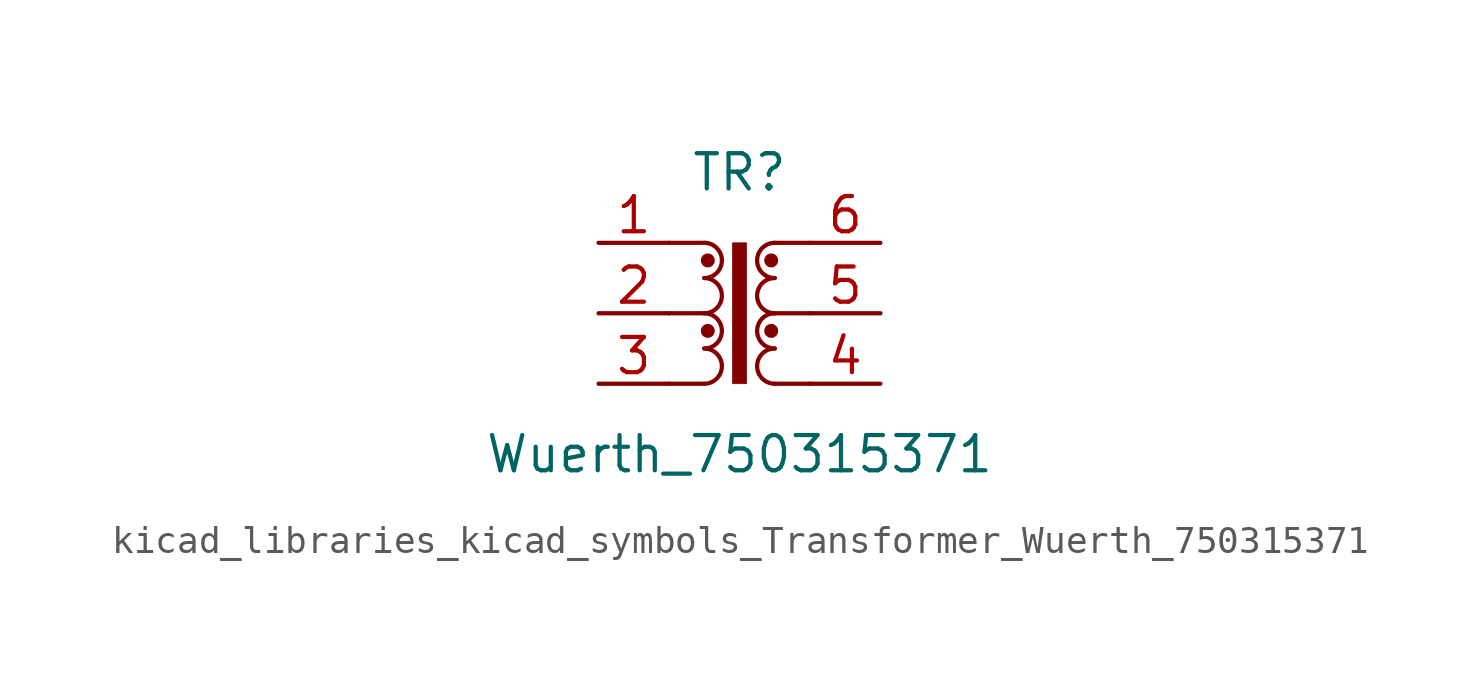
<source format=kicad_sym>
(kicad_symbol_lib
  (version 20220914)
  (generator kicad_symbol_editor)
  (symbol "kicad_libraries_kicad_symbols_Transformer_Wuerth_750315371"
    (property "Reference" "TR"
      (at 0 5.08 0)
      (effects (font (size 1.27 1.27))))
    (property "Value" "Wuerth_750315371"
      (at 0 -5.08 0)
      (effects (font (size 1.27 1.27))))
    (symbol "kicad_libraries_kicad_symbols_Transformer_Wuerth_750315371_0_1"
      (arc (start -1.27 -2.54) (mid -0.6377 -1.905) (end -1.27 -1.27) (stroke (width 0) (type default)) (fill (type none)))
      (arc (start -1.27 -1.27) (mid -0.6377 -0.635) (end -1.27 0) (stroke (width 0) (type default)) (fill (type none)))
      (rectangle (start -0.254 2.54) (end 0.254 -2.54) (stroke (width 0.025) (type default)) (fill (type outline)))
      (polyline (pts (xy -2.54 -2.54) (xy -1.27 -2.54)) (stroke (width 0) (type default)) (fill (type none)))
      (polyline (pts (xy -2.54 0) (xy -1.27 0)) (stroke (width 0) (type default)) (fill (type none)))
      (polyline (pts (xy -2.54 2.54) (xy -1.27 2.54)) (stroke (width 0) (type default)) (fill (type none)))
      (polyline (pts (xy 1.27 -2.54) (xy 2.54 -2.54)) (stroke (width 0) (type default)) (fill (type none)))
      (polyline (pts (xy 1.27 0) (xy 2.54 0)) (stroke (width 0) (type default)) (fill (type none)))
      (polyline (pts (xy 1.27 2.54) (xy 2.54 2.54)) (stroke (width 0) (type default)) (fill (type none))))
    (symbol "kicad_libraries_kicad_symbols_Transformer_Wuerth_750315371_1_1"
      (arc (start -1.27 0) (mid -0.6377 0.635) (end -1.27 1.27) (stroke (width 0) (type default)) (fill (type none)))
      (arc (start -1.27 1.27) (mid -0.6377 1.905) (end -1.27 2.54) (stroke (width 0) (type default)) (fill (type none)))
      (circle (center -1.143 -0.635) (radius 0.127) (stroke (width 0.254) (type default)) (fill (type none)))
      (circle (center -1.143 1.905) (radius 0.127) (stroke (width 0.254) (type default)) (fill (type none)))
      (circle (center 1.143 -0.635) (radius 0.127) (stroke (width 0.254) (type default)) (fill (type none)))
      (circle (center 1.143 1.905) (radius 0.127) (stroke (width 0.254) (type default)) (fill (type none)))
      (arc (start 1.27 -1.27) (mid 0.6377 -1.905) (end 1.27 -2.54) (stroke (width 0) (type default)) (fill (type none)))
      (arc (start 1.27 0) (mid 0.6377 -0.635) (end 1.27 -1.27) (stroke (width 0) (type default)) (fill (type none)))
      (arc (start 1.27 1.27) (mid 0.6377 0.635) (end 1.27 0) (stroke (width 0) (type default)) (fill (type none)))
      (arc (start 1.27 2.54) (mid 0.6377 1.905) (end 1.27 1.27) (stroke (width 0) (type default)) (fill (type none)))
      (pin passive line (at -5.08 2.54 0) (length 2.54) (name "~" (effects (font (size 1.27 1.27)))) (number "1" (effects (font (size 1.27 1.27)))))
      (pin passive line (at -5.08 0 0) (length 2.54) (name "~" (effects (font (size 1.27 1.27)))) (number "2" (effects (font (size 1.27 1.27)))))
      (pin passive line (at -5.08 -2.54 0) (length 2.54) (name "~" (effects (font (size 1.27 1.27)))) (number "3" (effects (font (size 1.27 1.27)))))
      (pin passive line (at 5.08 -2.54 180) (length 2.54) (name "~" (effects (font (size 1.27 1.27)))) (number "4" (effects (font (size 1.27 1.27)))))
      (pin passive line (at 5.08 0 180) (length 2.54) (name "~" (effects (font (size 1.27 1.27)))) (number "5" (effects (font (size 1.27 1.27)))))
      (pin passive line (at 5.08 2.54 180) (length 2.54) (name "~" (effects (font (size 1.27 1.27)))) (number "6" (effects (font (size 1.27 1.27))))))))
</source>
